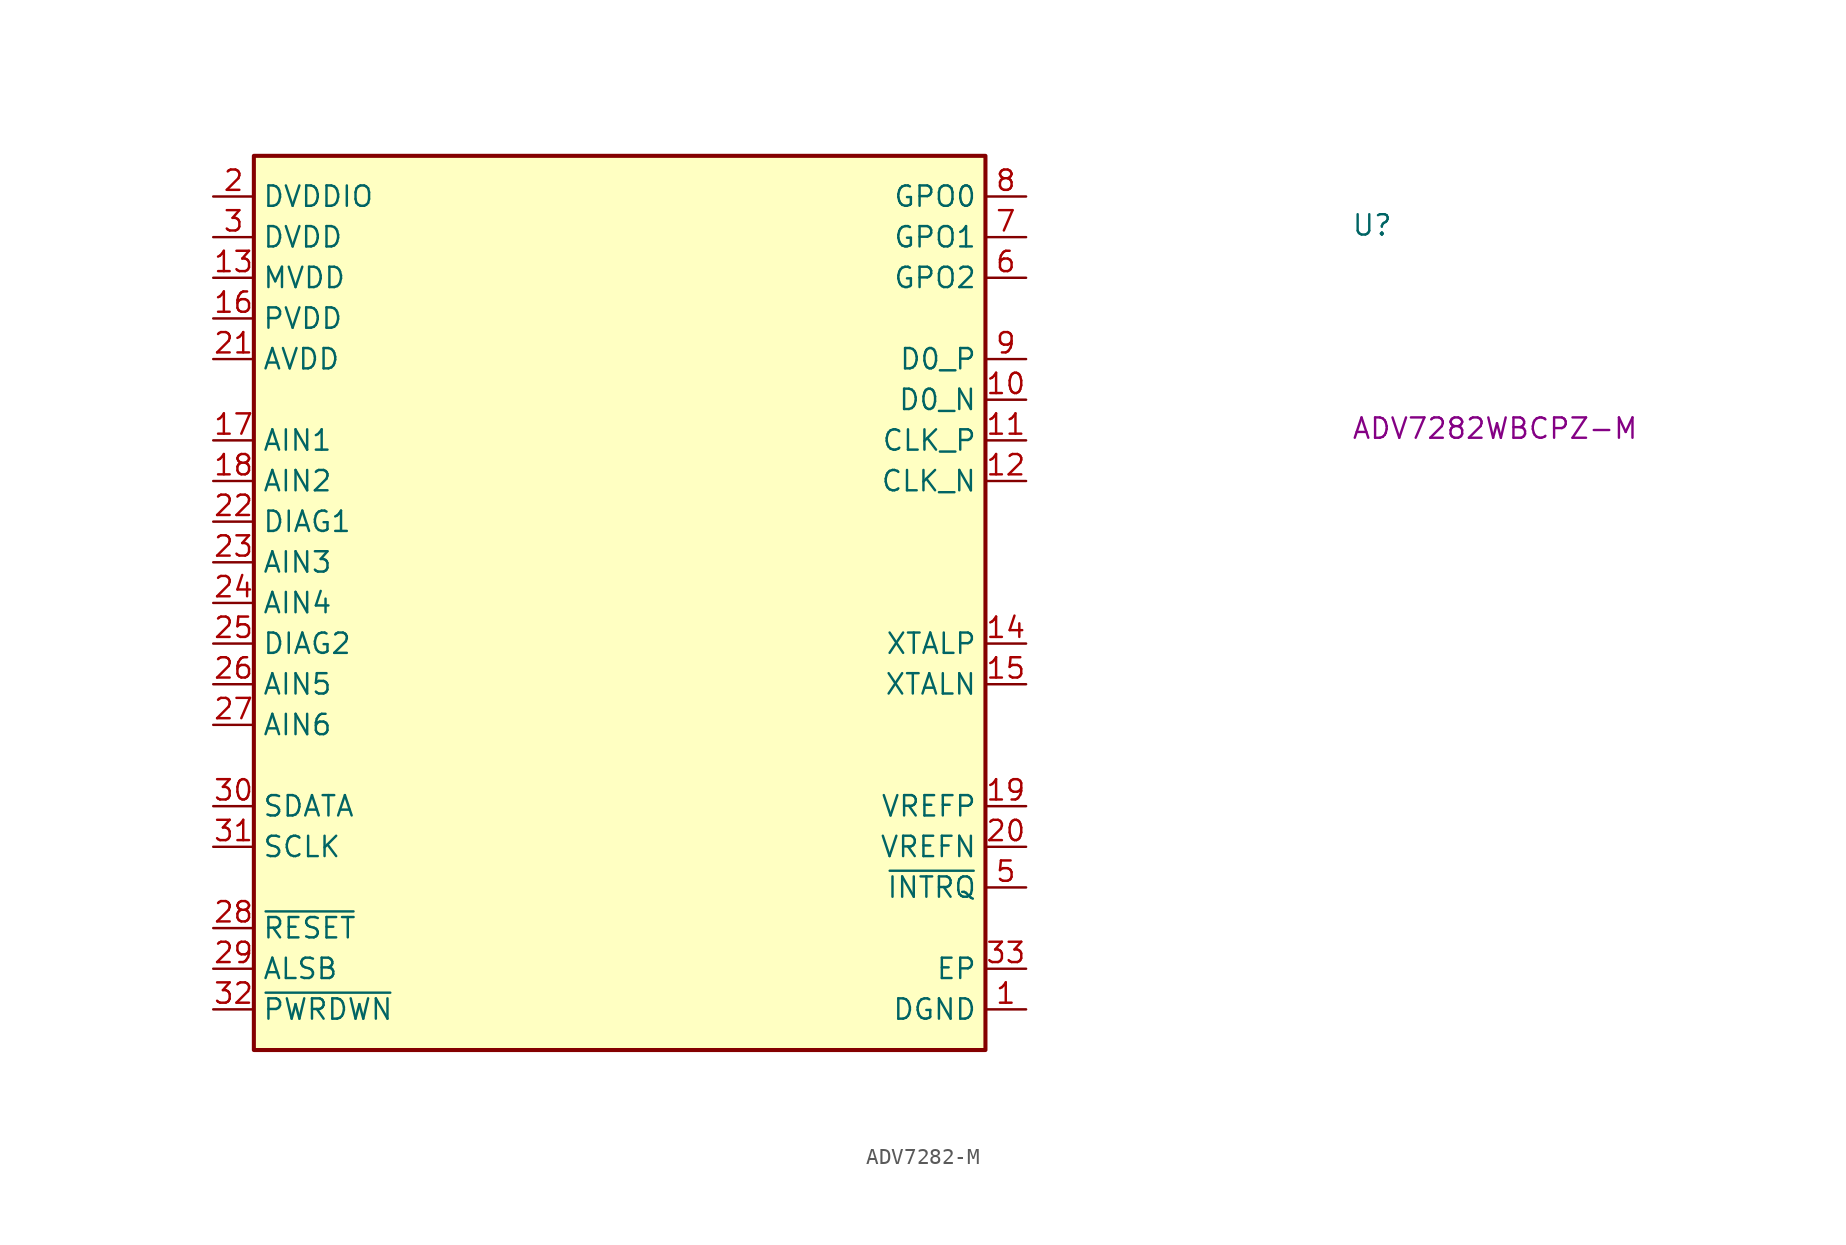
<source format=kicad_sym>
(kicad_symbol_lib
  (version 20220914)
  (generator kicad_symbol_editor)
  (symbol "ADV7282-M"
    (property "Reference" "U"
      (at 71.12 -2.54 0)
      (effects (font (size 1.27 1.27) (thickness 0.15)) (justify left bottom)))
    (property "MPN" "ADV7282WBCPZ-M"
      (at 71.12 -15.24 0)
      (effects (font (size 1.27 1.27) (thickness 0.15)) (justify left bottom)))
    (symbol "ADV7282-M_1_1"
      (rectangle (start 2.54 2.54) (end 48.26 -53.34) (stroke (width 0.254) (type default)) (fill (type background)))
      (pin power_in line (at 50.8 -50.8 180) (length 2.54) (name "DGND" (effects (font (size 1.27 1.27)))) (number "1" (effects (font (size 1.27 1.27)))))
      (pin output line (at 50.8 -12.7 180) (length 2.54) (name "D0_N" (effects (font (size 1.27 1.27)))) (number "10" (effects (font (size 1.27 1.27)))))
      (pin output line (at 50.8 -15.24 180) (length 2.54) (name "CLK_P" (effects (font (size 1.27 1.27)))) (number "11" (effects (font (size 1.27 1.27)))))
      (pin output line (at 50.8 -17.78 180) (length 2.54) (name "CLK_N" (effects (font (size 1.27 1.27)))) (number "12" (effects (font (size 1.27 1.27)))))
      (pin power_in line (at 0 -5.08 0) (length 2.54) (name "MVDD" (effects (font (size 1.27 1.27)))) (number "13" (effects (font (size 1.27 1.27)))))
      (pin output line (at 50.8 -27.94 180) (length 2.54) (name "XTALP" (effects (font (size 1.27 1.27)))) (number "14" (effects (font (size 1.27 1.27)))))
      (pin input line (at 50.8 -30.48 180) (length 2.54) (name "XTALN" (effects (font (size 1.27 1.27)))) (number "15" (effects (font (size 1.27 1.27)))))
      (pin power_in line (at 0 -7.62 0) (length 2.54) (name "PVDD" (effects (font (size 1.27 1.27)))) (number "16" (effects (font (size 1.27 1.27)))))
      (pin input line (at 0 -15.24 0) (length 2.54) (name "AIN1" (effects (font (size 1.27 1.27)))) (number "17" (effects (font (size 1.27 1.27)))))
      (pin input line (at 0 -17.78 0) (length 2.54) (name "AIN2" (effects (font (size 1.27 1.27)))) (number "18" (effects (font (size 1.27 1.27)))))
      (pin output line (at 50.8 -38.1 180) (length 2.54) (name "VREFP" (effects (font (size 1.27 1.27)))) (number "19" (effects (font (size 1.27 1.27)))))
      (pin power_in line (at 0 0 0) (length 2.54) (name "DVDDIO" (effects (font (size 1.27 1.27)))) (number "2" (effects (font (size 1.27 1.27)))))
      (pin output line (at 50.8 -40.64 180) (length 2.54) (name "VREFN" (effects (font (size 1.27 1.27)))) (number "20" (effects (font (size 1.27 1.27)))))
      (pin power_in line (at 0 -10.16 0) (length 2.54) (name "AVDD" (effects (font (size 1.27 1.27)))) (number "21" (effects (font (size 1.27 1.27)))))
      (pin input line (at 0 -20.32 0) (length 2.54) (name "DIAG1" (effects (font (size 1.27 1.27)))) (number "22" (effects (font (size 1.27 1.27)))))
      (pin input line (at 0 -22.86 0) (length 2.54) (name "AIN3" (effects (font (size 1.27 1.27)))) (number "23" (effects (font (size 1.27 1.27)))))
      (pin input line (at 0 -25.4 0) (length 2.54) (name "AIN4" (effects (font (size 1.27 1.27)))) (number "24" (effects (font (size 1.27 1.27)))))
      (pin input line (at 0 -27.94 0) (length 2.54) (name "DIAG2" (effects (font (size 1.27 1.27)))) (number "25" (effects (font (size 1.27 1.27)))))
      (pin input line (at 0 -30.48 0) (length 2.54) (name "AIN5" (effects (font (size 1.27 1.27)))) (number "26" (effects (font (size 1.27 1.27)))))
      (pin input line (at 0 -33.02 0) (length 2.54) (name "AIN6" (effects (font (size 1.27 1.27)))) (number "27" (effects (font (size 1.27 1.27)))))
      (pin input line (at 0 -45.72 0) (length 2.54) (name "~{RESET}" (effects (font (size 1.27 1.27)))) (number "28" (effects (font (size 1.27 1.27)))))
      (pin input line (at 0 -48.26 0) (length 2.54) (name "ALSB" (effects (font (size 1.27 1.27)))) (number "29" (effects (font (size 1.27 1.27)))))
      (pin power_in line (at 0 -2.54 0) (length 2.54) (name "DVDD" (effects (font (size 1.27 1.27)))) (number "3" (effects (font (size 1.27 1.27)))))
      (pin bidirectional line (at 0 -38.1 0) (length 2.54) (name "SDATA" (effects (font (size 1.27 1.27)))) (number "30" (effects (font (size 1.27 1.27)))))
      (pin input line (at 0 -40.64 0) (length 2.54) (name "SCLK" (effects (font (size 1.27 1.27)))) (number "31" (effects (font (size 1.27 1.27)))))
      (pin input line (at 0 -50.8 0) (length 2.54) (name "~{PWRDWN}" (effects (font (size 1.27 1.27)))) (number "32" (effects (font (size 1.27 1.27)))))
      (pin passive line (at 50.8 -48.26 180) (length 2.54) (name "EP" (effects (font (size 1.27 1.27)))) (number "33" (effects (font (size 1.27 1.27)))))
      (pin power_in line (at 50.8 -50.8 180) (length 2.54) hide (name "DGND" (effects (font (size 1.27 1.27)))) (number "4" (effects (font (size 1.27 1.27)))))
      (pin output line (at 50.8 -43.18 180) (length 2.54) (name "~{INTRQ}" (effects (font (size 1.27 1.27)))) (number "5" (effects (font (size 1.27 1.27)))))
      (pin output line (at 50.8 -5.08 180) (length 2.54) (name "GPO2" (effects (font (size 1.27 1.27)))) (number "6" (effects (font (size 1.27 1.27)))))
      (pin output line (at 50.8 -2.54 180) (length 2.54) (name "GPO1" (effects (font (size 1.27 1.27)))) (number "7" (effects (font (size 1.27 1.27)))))
      (pin output line (at 50.8 0 180) (length 2.54) (name "GPO0" (effects (font (size 1.27 1.27)))) (number "8" (effects (font (size 1.27 1.27)))))
      (pin output line (at 50.8 -10.16 180) (length 2.54) (name "D0_P" (effects (font (size 1.27 1.27)))) (number "9" (effects (font (size 1.27 1.27))))))))
</source>
